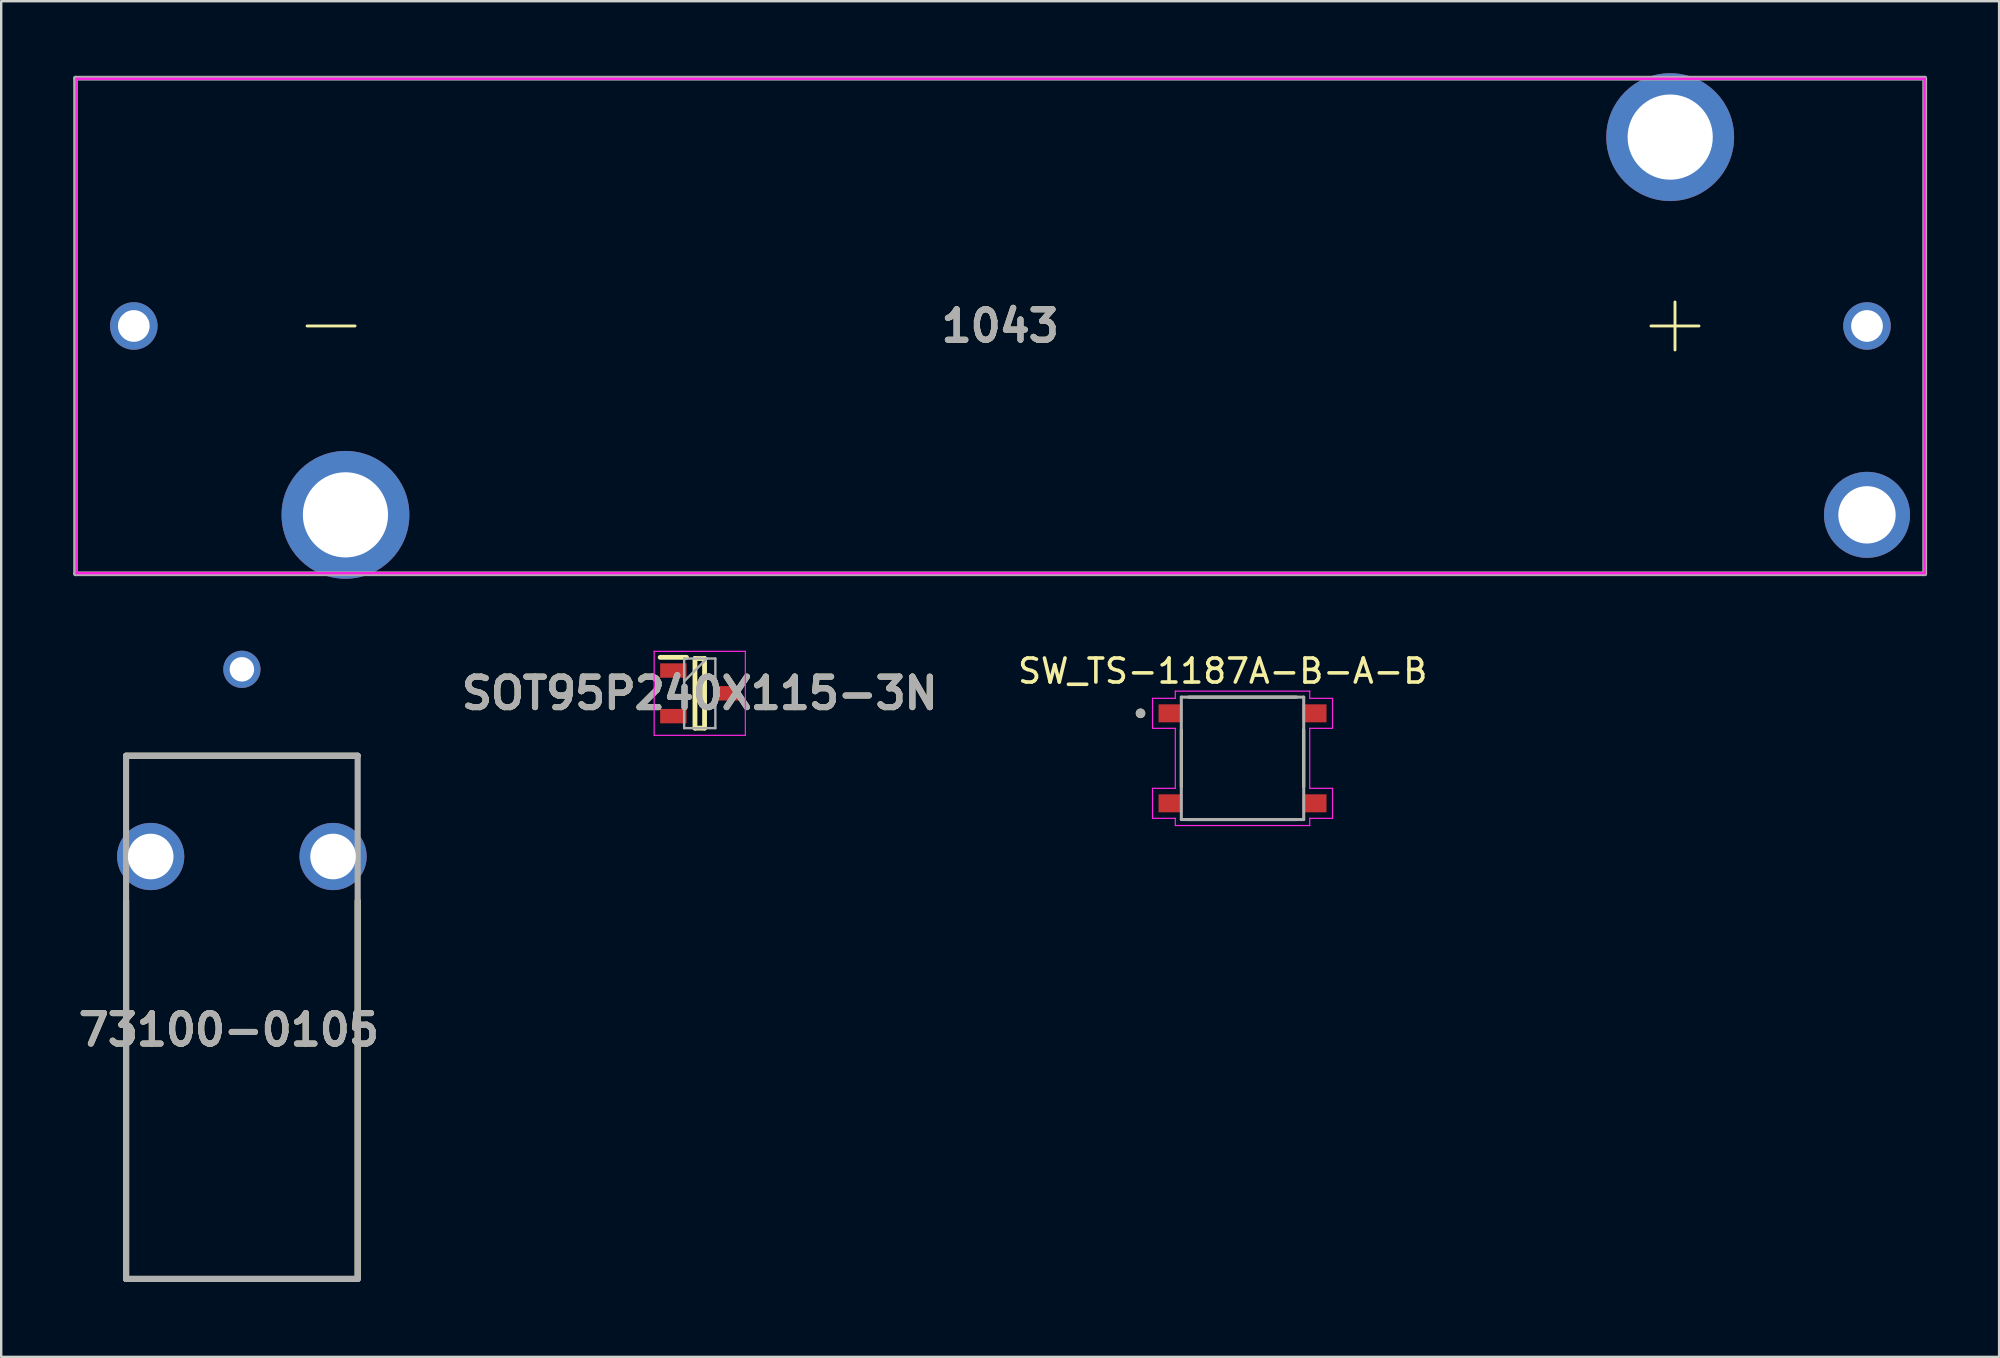
<source format=kicad_pcb>
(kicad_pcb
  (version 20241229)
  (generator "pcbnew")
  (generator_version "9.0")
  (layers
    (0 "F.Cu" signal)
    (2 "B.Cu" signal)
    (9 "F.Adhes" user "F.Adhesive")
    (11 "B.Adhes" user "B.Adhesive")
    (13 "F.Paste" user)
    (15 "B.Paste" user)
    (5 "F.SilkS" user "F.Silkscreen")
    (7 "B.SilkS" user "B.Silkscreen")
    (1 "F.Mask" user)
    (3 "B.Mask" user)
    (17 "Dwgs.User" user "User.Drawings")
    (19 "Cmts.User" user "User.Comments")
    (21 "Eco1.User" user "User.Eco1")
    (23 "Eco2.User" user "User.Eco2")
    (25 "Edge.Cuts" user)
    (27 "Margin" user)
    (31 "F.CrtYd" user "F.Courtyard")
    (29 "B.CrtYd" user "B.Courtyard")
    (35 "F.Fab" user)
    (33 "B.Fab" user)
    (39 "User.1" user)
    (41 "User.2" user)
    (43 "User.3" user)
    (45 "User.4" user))
  (footprint "1043"
    (layer "F.Cu")
    (at 74.745 10.533)
    (property "Reference" "1043" (at -36.12 0 0) (layer "F.SilkS") (effects (font (size 1.27 1.27) (thickness 0.254))))
    (attr through_hole)
    (fp_line (start -74.645 -10.325) (end -74.645 -10.325) (stroke (width 0.1) (type solid)) (layer "F.SilkS"))
    (fp_line (start -74.645 -10.325) (end -74.645 10.325) (stroke (width 0.1) (type solid)) (layer "F.SilkS"))
    (fp_line (start -74.645 10.325) (end -74.645 -10.325) (stroke (width 0.1) (type solid)) (layer "F.SilkS"))
    (fp_line (start -74.645 10.325) (end -74.645 10.325) (stroke (width 0.1) (type solid)) (layer "F.SilkS"))
    (fp_line (start -65 0) (end -63 0) (stroke (width 0.12) (type solid)) (layer "F.SilkS"))
    (fp_line (start -9 0) (end -7 0) (stroke (width 0.12) (type solid)) (layer "F.SilkS"))
    (fp_line (start -8 -1) (end -8 1) (stroke (width 0.12) (type solid)) (layer "F.SilkS"))
    (fp_line (start 2.405 -10.325) (end 2.405 -10.325) (stroke (width 0.1) (type solid)) (layer "F.SilkS"))
    (fp_line (start 2.405 -10.325) (end 2.405 10.325) (stroke (width 0.1) (type solid)) (layer "F.SilkS"))
    (fp_line (start 2.405 10.325) (end 2.405 -10.325) (stroke (width 0.1) (type solid)) (layer "F.SilkS"))
    (fp_line (start 2.405 10.325) (end 2.405 10.325) (stroke (width 0.1) (type solid)) (layer "F.SilkS"))
    (fp_line (start -74.6 -10.3) (end 2.4 -10.3) (stroke (width 0.1) (type solid)) (layer "F.CrtYd"))
    (fp_line (start -74.6 10.3) (end -74.6 -10.3) (stroke (width 0.1) (type solid)) (layer "F.CrtYd"))
    (fp_line (start 2.4 -10.3) (end 2.4 10.3) (stroke (width 0.1) (type solid)) (layer "F.CrtYd"))
    (fp_line (start 2.4 10.3) (end -74.6 10.3) (stroke (width 0.1) (type solid)) (layer "F.CrtYd"))
    (fp_line (start -74.645 -10.325) (end -74.645 10.325) (stroke (width 0.2) (type solid)) (layer "F.Fab"))
    (fp_line (start -74.645 10.325) (end 2.405 10.325) (stroke (width 0.2) (type solid)) (layer "F.Fab"))
    (fp_line (start 2.405 -10.325) (end -74.645 -10.325) (stroke (width 0.2) (type solid)) (layer "F.Fab"))
    (fp_line (start 2.405 10.325) (end 2.405 -10.325) (stroke (width 0.2) (type solid)) (layer "F.Fab"))
    (fp_text user "${REFERENCE}" (at -36.12 0 0) (layer "F.Fab") (effects (font (size 1.27 1.27) (thickness 0.254))))
    (pad "1" thru_hole circle (at 0 0) (size 1.98 1.98) (drill 1.32) (layers "*.Cu" "*.Mask"))
    (pad "2" thru_hole circle (at -72.22 0) (size 1.98 1.98) (drill 1.32) (layers "*.Cu" "*.Mask"))
    (pad "MH1" thru_hole circle (at -63.4 7.87) (size 5.325 5.325) (drill 3.55) (layers "*.Cu" "*.Mask"))
    (pad "MH2" thru_hole circle (at 0 7.87) (size 3.585 3.585) (drill 2.39) (layers "*.Cu" "*.Mask"))
    (pad "MH3" thru_hole circle (at -8.2 -7.87) (size 5.325 5.325) (drill 3.55) (layers "*.Cu" "*.Mask")))
  (footprint "73100-0105"
    (layer "F.Cu")
    (at 7.029 50.24)
    (property "Reference" "73100-0105" (at -0.546 -10.38 0) (layer "F.SilkS") (effects (font (size 1.27 1.27) (thickness 0.254))))
    (attr through_hole)
    (fp_line (start -4.825 -21.8) (end 4.825 -21.8) (stroke (width 0.254) (type solid)) (layer "F.SilkS"))
    (fp_line (start -4.825 0) (end -4.825 -15.75) (stroke (width 0.254) (type solid)) (layer "F.SilkS"))
    (fp_line (start -4.825 0) (end 4.825 0) (stroke (width 0.254) (type solid)) (layer "F.SilkS"))
    (fp_line (start 4.825 0) (end 4.825 -15.75) (stroke (width 0.254) (type solid)) (layer "F.SilkS"))
    (fp_line (start -4.825 -21.8) (end 4.825 -21.8) (stroke (width 0.254) (type solid)) (layer "F.Fab"))
    (fp_line (start -4.825 0) (end -4.825 -21.8) (stroke (width 0.254) (type solid)) (layer "F.Fab"))
    (fp_line (start 4.825 -21.8) (end 4.825 0) (stroke (width 0.254) (type solid)) (layer "F.Fab"))
    (fp_line (start 4.825 0) (end -4.825 0) (stroke (width 0.254) (type solid)) (layer "F.Fab"))
    (fp_text user "${REFERENCE}" (at -0.546 -10.38 0) (layer "F.Fab") (effects (font (size 1.27 1.27) (thickness 0.254))))
    (pad "1" thru_hole circle (at -3.8 -17.6) (size 2.8 2.8) (drill 1.9) (layers "*.Cu" "*.Mask"))
    (pad "2" thru_hole circle (at 3.8 -17.6) (size 2.8 2.8) (drill 1.9) (layers "*.Cu" "*.Mask"))
    (pad "3" thru_hole circle (at 0 -25.4) (size 1.55 1.55) (drill 1.02) (layers "*.Cu" "*.Mask")))
  (footprint "SW_TS-1187A-B-A-B"
    (layer "F.Cu")
    (at 48.724 28.548)
    (property "Reference" "SW_TS-1187A-B-A-B" (at -0.825 -3.635 0) (layer "F.SilkS") (effects (font (size 1 1) (thickness 0.15))))
    (attr smd)
    (fp_line (start -2.55 -1.18) (end -2.55 1.18) (stroke (width 0.127) (type solid)) (layer "F.SilkS"))
    (fp_line (start 2.25 -2.55) (end -2.25 -2.55) (stroke (width 0.127) (type solid)) (layer "F.SilkS"))
    (fp_line (start 2.25 2.55) (end -2.25 2.55) (stroke (width 0.127) (type solid)) (layer "F.SilkS"))
    (fp_line (start 2.55 1.18) (end 2.55 -1.18) (stroke (width 0.127) (type solid)) (layer "F.SilkS"))
    (fp_circle (center -4.25 -1.875) (end -4.15 -1.875) (stroke (width 0.2) (type solid)) (fill no) (layer "F.SilkS"))
    (fp_line (start -3.75 -2.5) (end -3.75 -1.25) (stroke (width 0.05) (type solid)) (layer "F.CrtYd"))
    (fp_line (start -3.75 -2.5) (end -2.8 -2.5) (stroke (width 0.05) (type solid)) (layer "F.CrtYd"))
    (fp_line (start -3.75 -1.25) (end -2.8 -1.25) (stroke (width 0.05) (type solid)) (layer "F.CrtYd"))
    (fp_line (start -3.75 1.25) (end -2.8 1.25) (stroke (width 0.05) (type solid)) (layer "F.CrtYd"))
    (fp_line (start -3.75 2.5) (end -3.75 1.25) (stroke (width 0.05) (type solid)) (layer "F.CrtYd"))
    (fp_line (start -3.75 2.5) (end -2.8 2.5) (stroke (width 0.05) (type solid)) (layer "F.CrtYd"))
    (fp_line (start -2.8 -2.8) (end -2.8 -2.5) (stroke (width 0.05) (type solid)) (layer "F.CrtYd"))
    (fp_line (start -2.8 -1.25) (end -2.8 1.25) (stroke (width 0.05) (type solid)) (layer "F.CrtYd"))
    (fp_line (start -2.8 2.8) (end -2.8 2.5) (stroke (width 0.05) (type solid)) (layer "F.CrtYd"))
    (fp_line (start -2.8 2.8) (end 2.8 2.8) (stroke (width 0.05) (type solid)) (layer "F.CrtYd"))
    (fp_line (start 2.8 -2.8) (end -2.8 -2.8) (stroke (width 0.05) (type solid)) (layer "F.CrtYd"))
    (fp_line (start 2.8 -2.8) (end 2.8 -2.5) (stroke (width 0.05) (type solid)) (layer "F.CrtYd"))
    (fp_line (start 2.8 -1.25) (end 2.8 1.25) (stroke (width 0.05) (type solid)) (layer "F.CrtYd"))
    (fp_line (start 2.8 2.8) (end 2.8 2.5) (stroke (width 0.05) (type solid)) (layer "F.CrtYd"))
    (fp_line (start 3.75 -2.5) (end 2.8 -2.5) (stroke (width 0.05) (type solid)) (layer "F.CrtYd"))
    (fp_line (start 3.75 -2.5) (end 3.75 -1.25) (stroke (width 0.05) (type solid)) (layer "F.CrtYd"))
    (fp_line (start 3.75 -1.25) (end 2.8 -1.25) (stroke (width 0.05) (type solid)) (layer "F.CrtYd"))
    (fp_line (start 3.75 1.25) (end 2.8 1.25) (stroke (width 0.05) (type solid)) (layer "F.CrtYd"))
    (fp_line (start 3.75 2.5) (end 2.8 2.5) (stroke (width 0.05) (type solid)) (layer "F.CrtYd"))
    (fp_line (start 3.75 2.5) (end 3.75 1.25) (stroke (width 0.05) (type solid)) (layer "F.CrtYd"))
    (fp_line (start -2.55 -2.55) (end -2.55 2.55) (stroke (width 0.127) (type solid)) (layer "F.Fab"))
    (fp_line (start -2.55 2.55) (end 2.55 2.55) (stroke (width 0.127) (type solid)) (layer "F.Fab"))
    (fp_line (start 2.55 -2.55) (end -2.55 -2.55) (stroke (width 0.127) (type solid)) (layer "F.Fab"))
    (fp_line (start 2.55 2.55) (end 2.55 -2.55) (stroke (width 0.127) (type solid)) (layer "F.Fab"))
    (fp_circle (center -4.25 -1.875) (end -4.15 -1.875) (stroke (width 0.2) (type solid)) (fill no) (layer "F.Fab"))
    (pad "A" smd rect (at -3 -1.875) (size 1 0.75) (layers "F.Cu" "F.Mask" "F.Paste"))
    (pad "B" smd rect (at 3 -1.875) (size 1 0.75) (layers "F.Cu" "F.Mask" "F.Paste"))
    (pad "C" smd rect (at -3 1.875) (size 1 0.75) (layers "F.Cu" "F.Mask" "F.Paste"))
    (pad "D" smd rect (at 3 1.875) (size 1 0.75) (layers "F.Cu" "F.Mask" "F.Paste")))
  (footprint "SOT95P240X115-3N"
    (layer "F.Cu")
    (at 26.108 25.84)
    (property "Reference" "SOT95P240X115-3N" (at 0 0 0) (layer "F.SilkS") (effects (font (size 1.27 1.27) (thickness 0.254))))
    (attr smd)
    (fp_line (start -1.65 -1.5) (end -0.55 -1.5) (stroke (width 0.2) (type solid)) (layer "F.SilkS"))
    (fp_line (start -0.2 -1.45) (end 0.2 -1.45) (stroke (width 0.2) (type solid)) (layer "F.SilkS"))
    (fp_line (start -0.2 1.45) (end -0.2 -1.45) (stroke (width 0.2) (type solid)) (layer "F.SilkS"))
    (fp_line (start 0.2 -1.45) (end 0.2 1.45) (stroke (width 0.2) (type solid)) (layer "F.SilkS"))
    (fp_line (start 0.2 1.45) (end -0.2 1.45) (stroke (width 0.2) (type solid)) (layer "F.SilkS"))
    (fp_line (start -1.9 -1.75) (end 1.9 -1.75) (stroke (width 0.05) (type solid)) (layer "F.CrtYd"))
    (fp_line (start -1.9 1.75) (end -1.9 -1.75) (stroke (width 0.05) (type solid)) (layer "F.CrtYd"))
    (fp_line (start 1.9 -1.75) (end 1.9 1.75) (stroke (width 0.05) (type solid)) (layer "F.CrtYd"))
    (fp_line (start 1.9 1.75) (end -1.9 1.75) (stroke (width 0.05) (type solid)) (layer "F.CrtYd"))
    (fp_line (start -0.65 -1.45) (end 0.65 -1.45) (stroke (width 0.1) (type solid)) (layer "F.Fab"))
    (fp_line (start -0.65 -0.5) (end 0.3 -1.45) (stroke (width 0.1) (type solid)) (layer "F.Fab"))
    (fp_line (start -0.65 1.45) (end -0.65 -1.45) (stroke (width 0.1) (type solid)) (layer "F.Fab"))
    (fp_line (start 0.65 -1.45) (end 0.65 1.45) (stroke (width 0.1) (type solid)) (layer "F.Fab"))
    (fp_line (start 0.65 1.45) (end -0.65 1.45) (stroke (width 0.1) (type solid)) (layer "F.Fab"))
    (fp_text user "${REFERENCE}" (at 0 0 0) (layer "F.Fab") (effects (font (size 1.27 1.27) (thickness 0.254))))
    (pad "1" smd rect (at -1.1 -0.95 90) (size 0.6 1.1) (layers "F.Cu" "F.Mask" "F.Paste"))
    (pad "2" smd rect (at -1.1 0.95 90) (size 0.6 1.1) (layers "F.Cu" "F.Mask" "F.Paste"))
    (pad "3" smd rect (at 1.1 0 90) (size 0.6 1.1) (layers "F.Cu" "F.Mask" "F.Paste")))
  (gr_rect
    (start -3 -3)
    (end 80.25 53.49)
    (stroke (width 0.1) (type default))
    (fill no)
    (layer "Edge.Cuts")))
</source>
